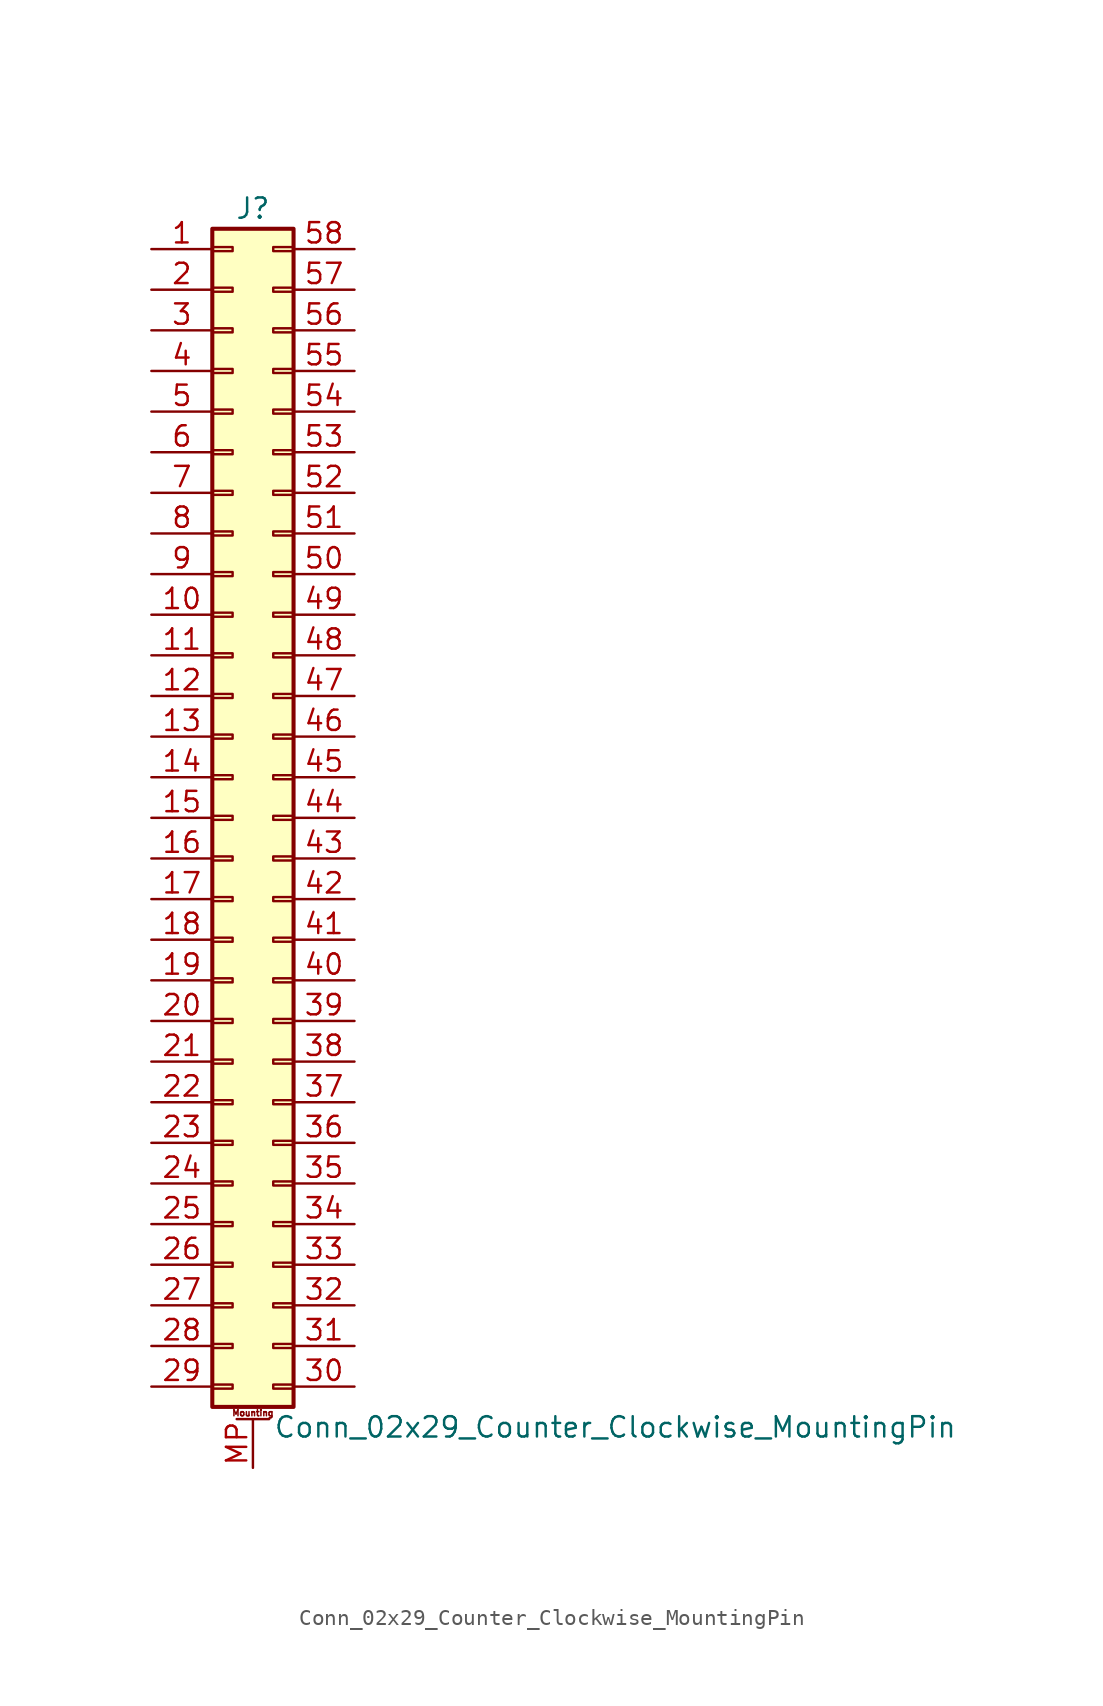
<source format=kicad_sym>
(kicad_symbol_lib
  (version 20201005)
  (generator kicad_symbol_editor)
  (symbol "Connector_Generic_MountingPin:Conn_02x29_Counter_Clockwise_MountingPin"
    (pin_names
      (offset 1.016) hide)
    (property "Reference" "J"
      (at 1.27 38.1 0)
      (effects (font (size 1.27 1.27))))
    (property "Value" "Conn_02x29_Counter_Clockwise_MountingPin"
      (at 2.54 -38.1 0)
      (effects (font (size 1.27 1.27)) (justify left)))
    (symbol "Conn_02x29_Counter_Clockwise_MountingPin_1_1"
      (text "Mounting" (at 1.27 -37.211 0) (effects (font (size 0.381 0.381))))
      (rectangle (start -1.27 -27.813) (end 0 -28.067) (stroke (width 0.152)) (fill (type none)))
      (rectangle (start -1.27 -30.353) (end 0 -30.607) (stroke (width 0.152)) (fill (type none)))
      (rectangle (start -1.27 -32.893) (end 0 -33.147) (stroke (width 0.152)) (fill (type none)))
      (rectangle (start -1.27 -35.433) (end 0 -35.687) (stroke (width 0.152)) (fill (type none)))
      (rectangle (start -1.27 -4.953) (end 0 -5.207) (stroke (width 0.152)) (fill (type none)))
      (rectangle (start -1.27 -7.493) (end 0 -7.747) (stroke (width 0.152)) (fill (type none)))
      (rectangle (start -1.27 -10.033) (end 0 -10.287) (stroke (width 0.152)) (fill (type none)))
      (rectangle (start -1.27 -12.573) (end 0 -12.827) (stroke (width 0.152)) (fill (type none)))
      (rectangle (start -1.27 -15.113) (end 0 -15.367) (stroke (width 0.152)) (fill (type none)))
      (rectangle (start -1.27 -17.653) (end 0 -17.907) (stroke (width 0.152)) (fill (type none)))
      (rectangle (start -1.27 -20.193) (end 0 -20.447) (stroke (width 0.152)) (fill (type none)))
      (rectangle (start -1.27 -22.733) (end 0 -22.987) (stroke (width 0.152)) (fill (type none)))
      (rectangle (start -1.27 -2.413) (end 0 -2.667) (stroke (width 0.152)) (fill (type none)))
      (rectangle (start -1.27 -25.273) (end 0 -25.527) (stroke (width 0.152)) (fill (type none)))
      (rectangle (start -1.27 25.527) (end 0 25.273) (stroke (width 0.152)) (fill (type none)))
      (rectangle (start -1.27 2.667) (end 0 2.413) (stroke (width 0.152)) (fill (type none)))
      (rectangle (start -1.27 28.067) (end 0 27.813) (stroke (width 0.152)) (fill (type none)))
      (rectangle (start -1.27 30.607) (end 0 30.353) (stroke (width 0.152)) (fill (type none)))
      (rectangle (start -1.27 33.147) (end 0 32.893) (stroke (width 0.152)) (fill (type none)))
      (rectangle (start -1.27 35.687) (end 0 35.433) (stroke (width 0.152)) (fill (type none)))
      (rectangle (start -1.27 36.83) (end 3.81 -36.83) (stroke (width 0.254)) (fill (type background)))
      (rectangle (start -1.27 5.207) (end 0 4.953) (stroke (width 0.152)) (fill (type none)))
      (rectangle (start -1.27 7.747) (end 0 7.493) (stroke (width 0.152)) (fill (type none)))
      (rectangle (start -1.27 10.287) (end 0 10.033) (stroke (width 0.152)) (fill (type none)))
      (rectangle (start -1.27 0.127) (end 0 -0.127) (stroke (width 0.152)) (fill (type none)))
      (rectangle (start -1.27 12.827) (end 0 12.573) (stroke (width 0.152)) (fill (type none)))
      (rectangle (start -1.27 15.367) (end 0 15.113) (stroke (width 0.152)) (fill (type none)))
      (rectangle (start -1.27 17.907) (end 0 17.653) (stroke (width 0.152)) (fill (type none)))
      (rectangle (start -1.27 20.447) (end 0 20.193) (stroke (width 0.152)) (fill (type none)))
      (rectangle (start -1.27 22.987) (end 0 22.733) (stroke (width 0.152)) (fill (type none)))
      (rectangle (start 3.81 -27.813) (end 2.54 -28.067) (stroke (width 0.152)) (fill (type none)))
      (rectangle (start 3.81 -30.353) (end 2.54 -30.607) (stroke (width 0.152)) (fill (type none)))
      (rectangle (start 3.81 -32.893) (end 2.54 -33.147) (stroke (width 0.152)) (fill (type none)))
      (rectangle (start 3.81 -35.433) (end 2.54 -35.687) (stroke (width 0.152)) (fill (type none)))
      (rectangle (start 3.81 -4.953) (end 2.54 -5.207) (stroke (width 0.152)) (fill (type none)))
      (rectangle (start 3.81 -7.493) (end 2.54 -7.747) (stroke (width 0.152)) (fill (type none)))
      (rectangle (start 3.81 -10.033) (end 2.54 -10.287) (stroke (width 0.152)) (fill (type none)))
      (rectangle (start 3.81 -12.573) (end 2.54 -12.827) (stroke (width 0.152)) (fill (type none)))
      (rectangle (start 3.81 -15.113) (end 2.54 -15.367) (stroke (width 0.152)) (fill (type none)))
      (rectangle (start 3.81 -17.653) (end 2.54 -17.907) (stroke (width 0.152)) (fill (type none)))
      (rectangle (start 3.81 -20.193) (end 2.54 -20.447) (stroke (width 0.152)) (fill (type none)))
      (rectangle (start 3.81 -22.733) (end 2.54 -22.987) (stroke (width 0.152)) (fill (type none)))
      (rectangle (start 3.81 -2.413) (end 2.54 -2.667) (stroke (width 0.152)) (fill (type none)))
      (rectangle (start 3.81 -25.273) (end 2.54 -25.527) (stroke (width 0.152)) (fill (type none)))
      (rectangle (start 3.81 25.527) (end 2.54 25.273) (stroke (width 0.152)) (fill (type none)))
      (rectangle (start 3.81 2.667) (end 2.54 2.413) (stroke (width 0.152)) (fill (type none)))
      (rectangle (start 3.81 28.067) (end 2.54 27.813) (stroke (width 0.152)) (fill (type none)))
      (rectangle (start 3.81 30.607) (end 2.54 30.353) (stroke (width 0.152)) (fill (type none)))
      (rectangle (start 3.81 33.147) (end 2.54 32.893) (stroke (width 0.152)) (fill (type none)))
      (rectangle (start 3.81 35.687) (end 2.54 35.433) (stroke (width 0.152)) (fill (type none)))
      (rectangle (start 3.81 5.207) (end 2.54 4.953) (stroke (width 0.152)) (fill (type none)))
      (rectangle (start 3.81 7.747) (end 2.54 7.493) (stroke (width 0.152)) (fill (type none)))
      (rectangle (start 3.81 10.287) (end 2.54 10.033) (stroke (width 0.152)) (fill (type none)))
      (rectangle (start 3.81 0.127) (end 2.54 -0.127) (stroke (width 0.152)) (fill (type none)))
      (rectangle (start 3.81 12.827) (end 2.54 12.573) (stroke (width 0.152)) (fill (type none)))
      (rectangle (start 3.81 15.367) (end 2.54 15.113) (stroke (width 0.152)) (fill (type none)))
      (rectangle (start 3.81 17.907) (end 2.54 17.653) (stroke (width 0.152)) (fill (type none)))
      (rectangle (start 3.81 20.447) (end 2.54 20.193) (stroke (width 0.152)) (fill (type none)))
      (rectangle (start 3.81 22.987) (end 2.54 22.733) (stroke (width 0.152)) (fill (type none)))
      (polyline (pts (xy 0.254 -37.592) (xy 2.286 -37.592)) (stroke (width 0.152)) (fill (type none)))
      (pin passive line (at 1.27 -40.64 90) (length 3.048) (name "MountPin" (effects (font (size 1.27 1.27)))) (number "MP" (effects (font (size 1.27 1.27)))))
      (pin passive line (at -5.08 35.56 0) (length 3.81) (name "Pin_1" (effects (font (size 1.27 1.27)))) (number "1" (effects (font (size 1.27 1.27)))))
      (pin passive line (at -5.08 12.7 0) (length 3.81) (name "Pin_10" (effects (font (size 1.27 1.27)))) (number "10" (effects (font (size 1.27 1.27)))))
      (pin passive line (at -5.08 10.16 0) (length 3.81) (name "Pin_11" (effects (font (size 1.27 1.27)))) (number "11" (effects (font (size 1.27 1.27)))))
      (pin passive line (at -5.08 7.62 0) (length 3.81) (name "Pin_12" (effects (font (size 1.27 1.27)))) (number "12" (effects (font (size 1.27 1.27)))))
      (pin passive line (at -5.08 5.08 0) (length 3.81) (name "Pin_13" (effects (font (size 1.27 1.27)))) (number "13" (effects (font (size 1.27 1.27)))))
      (pin passive line (at -5.08 2.54 0) (length 3.81) (name "Pin_14" (effects (font (size 1.27 1.27)))) (number "14" (effects (font (size 1.27 1.27)))))
      (pin passive line (at -5.08 0 0) (length 3.81) (name "Pin_15" (effects (font (size 1.27 1.27)))) (number "15" (effects (font (size 1.27 1.27)))))
      (pin passive line (at -5.08 -2.54 0) (length 3.81) (name "Pin_16" (effects (font (size 1.27 1.27)))) (number "16" (effects (font (size 1.27 1.27)))))
      (pin passive line (at -5.08 -5.08 0) (length 3.81) (name "Pin_17" (effects (font (size 1.27 1.27)))) (number "17" (effects (font (size 1.27 1.27)))))
      (pin passive line (at -5.08 -7.62 0) (length 3.81) (name "Pin_18" (effects (font (size 1.27 1.27)))) (number "18" (effects (font (size 1.27 1.27)))))
      (pin passive line (at -5.08 -10.16 0) (length 3.81) (name "Pin_19" (effects (font (size 1.27 1.27)))) (number "19" (effects (font (size 1.27 1.27)))))
      (pin passive line (at -5.08 33.02 0) (length 3.81) (name "Pin_2" (effects (font (size 1.27 1.27)))) (number "2" (effects (font (size 1.27 1.27)))))
      (pin passive line (at -5.08 -12.7 0) (length 3.81) (name "Pin_20" (effects (font (size 1.27 1.27)))) (number "20" (effects (font (size 1.27 1.27)))))
      (pin passive line (at -5.08 -15.24 0) (length 3.81) (name "Pin_21" (effects (font (size 1.27 1.27)))) (number "21" (effects (font (size 1.27 1.27)))))
      (pin passive line (at -5.08 -17.78 0) (length 3.81) (name "Pin_22" (effects (font (size 1.27 1.27)))) (number "22" (effects (font (size 1.27 1.27)))))
      (pin passive line (at -5.08 -20.32 0) (length 3.81) (name "Pin_23" (effects (font (size 1.27 1.27)))) (number "23" (effects (font (size 1.27 1.27)))))
      (pin passive line (at -5.08 -22.86 0) (length 3.81) (name "Pin_24" (effects (font (size 1.27 1.27)))) (number "24" (effects (font (size 1.27 1.27)))))
      (pin passive line (at -5.08 -25.4 0) (length 3.81) (name "Pin_25" (effects (font (size 1.27 1.27)))) (number "25" (effects (font (size 1.27 1.27)))))
      (pin passive line (at -5.08 -27.94 0) (length 3.81) (name "Pin_26" (effects (font (size 1.27 1.27)))) (number "26" (effects (font (size 1.27 1.27)))))
      (pin passive line (at -5.08 -30.48 0) (length 3.81) (name "Pin_27" (effects (font (size 1.27 1.27)))) (number "27" (effects (font (size 1.27 1.27)))))
      (pin passive line (at -5.08 -33.02 0) (length 3.81) (name "Pin_28" (effects (font (size 1.27 1.27)))) (number "28" (effects (font (size 1.27 1.27)))))
      (pin passive line (at -5.08 -35.56 0) (length 3.81) (name "Pin_29" (effects (font (size 1.27 1.27)))) (number "29" (effects (font (size 1.27 1.27)))))
      (pin passive line (at -5.08 30.48 0) (length 3.81) (name "Pin_3" (effects (font (size 1.27 1.27)))) (number "3" (effects (font (size 1.27 1.27)))))
      (pin passive line (at 7.62 -35.56 180) (length 3.81) (name "Pin_30" (effects (font (size 1.27 1.27)))) (number "30" (effects (font (size 1.27 1.27)))))
      (pin passive line (at 7.62 -33.02 180) (length 3.81) (name "Pin_31" (effects (font (size 1.27 1.27)))) (number "31" (effects (font (size 1.27 1.27)))))
      (pin passive line (at 7.62 -30.48 180) (length 3.81) (name "Pin_32" (effects (font (size 1.27 1.27)))) (number "32" (effects (font (size 1.27 1.27)))))
      (pin passive line (at 7.62 -27.94 180) (length 3.81) (name "Pin_33" (effects (font (size 1.27 1.27)))) (number "33" (effects (font (size 1.27 1.27)))))
      (pin passive line (at 7.62 -25.4 180) (length 3.81) (name "Pin_34" (effects (font (size 1.27 1.27)))) (number "34" (effects (font (size 1.27 1.27)))))
      (pin passive line (at 7.62 -22.86 180) (length 3.81) (name "Pin_35" (effects (font (size 1.27 1.27)))) (number "35" (effects (font (size 1.27 1.27)))))
      (pin passive line (at 7.62 -20.32 180) (length 3.81) (name "Pin_36" (effects (font (size 1.27 1.27)))) (number "36" (effects (font (size 1.27 1.27)))))
      (pin passive line (at 7.62 -17.78 180) (length 3.81) (name "Pin_37" (effects (font (size 1.27 1.27)))) (number "37" (effects (font (size 1.27 1.27)))))
      (pin passive line (at 7.62 -15.24 180) (length 3.81) (name "Pin_38" (effects (font (size 1.27 1.27)))) (number "38" (effects (font (size 1.27 1.27)))))
      (pin passive line (at 7.62 -12.7 180) (length 3.81) (name "Pin_39" (effects (font (size 1.27 1.27)))) (number "39" (effects (font (size 1.27 1.27)))))
      (pin passive line (at -5.08 27.94 0) (length 3.81) (name "Pin_4" (effects (font (size 1.27 1.27)))) (number "4" (effects (font (size 1.27 1.27)))))
      (pin passive line (at 7.62 -10.16 180) (length 3.81) (name "Pin_40" (effects (font (size 1.27 1.27)))) (number "40" (effects (font (size 1.27 1.27)))))
      (pin passive line (at 7.62 -7.62 180) (length 3.81) (name "Pin_41" (effects (font (size 1.27 1.27)))) (number "41" (effects (font (size 1.27 1.27)))))
      (pin passive line (at 7.62 -5.08 180) (length 3.81) (name "Pin_42" (effects (font (size 1.27 1.27)))) (number "42" (effects (font (size 1.27 1.27)))))
      (pin passive line (at 7.62 -2.54 180) (length 3.81) (name "Pin_43" (effects (font (size 1.27 1.27)))) (number "43" (effects (font (size 1.27 1.27)))))
      (pin passive line (at 7.62 0 180) (length 3.81) (name "Pin_44" (effects (font (size 1.27 1.27)))) (number "44" (effects (font (size 1.27 1.27)))))
      (pin passive line (at 7.62 2.54 180) (length 3.81) (name "Pin_45" (effects (font (size 1.27 1.27)))) (number "45" (effects (font (size 1.27 1.27)))))
      (pin passive line (at 7.62 5.08 180) (length 3.81) (name "Pin_46" (effects (font (size 1.27 1.27)))) (number "46" (effects (font (size 1.27 1.27)))))
      (pin passive line (at 7.62 7.62 180) (length 3.81) (name "Pin_47" (effects (font (size 1.27 1.27)))) (number "47" (effects (font (size 1.27 1.27)))))
      (pin passive line (at 7.62 10.16 180) (length 3.81) (name "Pin_48" (effects (font (size 1.27 1.27)))) (number "48" (effects (font (size 1.27 1.27)))))
      (pin passive line (at 7.62 12.7 180) (length 3.81) (name "Pin_49" (effects (font (size 1.27 1.27)))) (number "49" (effects (font (size 1.27 1.27)))))
      (pin passive line (at -5.08 25.4 0) (length 3.81) (name "Pin_5" (effects (font (size 1.27 1.27)))) (number "5" (effects (font (size 1.27 1.27)))))
      (pin passive line (at 7.62 15.24 180) (length 3.81) (name "Pin_50" (effects (font (size 1.27 1.27)))) (number "50" (effects (font (size 1.27 1.27)))))
      (pin passive line (at 7.62 17.78 180) (length 3.81) (name "Pin_51" (effects (font (size 1.27 1.27)))) (number "51" (effects (font (size 1.27 1.27)))))
      (pin passive line (at 7.62 20.32 180) (length 3.81) (name "Pin_52" (effects (font (size 1.27 1.27)))) (number "52" (effects (font (size 1.27 1.27)))))
      (pin passive line (at 7.62 22.86 180) (length 3.81) (name "Pin_53" (effects (font (size 1.27 1.27)))) (number "53" (effects (font (size 1.27 1.27)))))
      (pin passive line (at 7.62 25.4 180) (length 3.81) (name "Pin_54" (effects (font (size 1.27 1.27)))) (number "54" (effects (font (size 1.27 1.27)))))
      (pin passive line (at 7.62 27.94 180) (length 3.81) (name "Pin_55" (effects (font (size 1.27 1.27)))) (number "55" (effects (font (size 1.27 1.27)))))
      (pin passive line (at 7.62 30.48 180) (length 3.81) (name "Pin_56" (effects (font (size 1.27 1.27)))) (number "56" (effects (font (size 1.27 1.27)))))
      (pin passive line (at 7.62 33.02 180) (length 3.81) (name "Pin_57" (effects (font (size 1.27 1.27)))) (number "57" (effects (font (size 1.27 1.27)))))
      (pin passive line (at 7.62 35.56 180) (length 3.81) (name "Pin_58" (effects (font (size 1.27 1.27)))) (number "58" (effects (font (size 1.27 1.27)))))
      (pin passive line (at -5.08 22.86 0) (length 3.81) (name "Pin_6" (effects (font (size 1.27 1.27)))) (number "6" (effects (font (size 1.27 1.27)))))
      (pin passive line (at -5.08 20.32 0) (length 3.81) (name "Pin_7" (effects (font (size 1.27 1.27)))) (number "7" (effects (font (size 1.27 1.27)))))
      (pin passive line (at -5.08 17.78 0) (length 3.81) (name "Pin_8" (effects (font (size 1.27 1.27)))) (number "8" (effects (font (size 1.27 1.27)))))
      (pin passive line (at -5.08 15.24 0) (length 3.81) (name "Pin_9" (effects (font (size 1.27 1.27)))) (number "9" (effects (font (size 1.27 1.27))))))))
</source>
